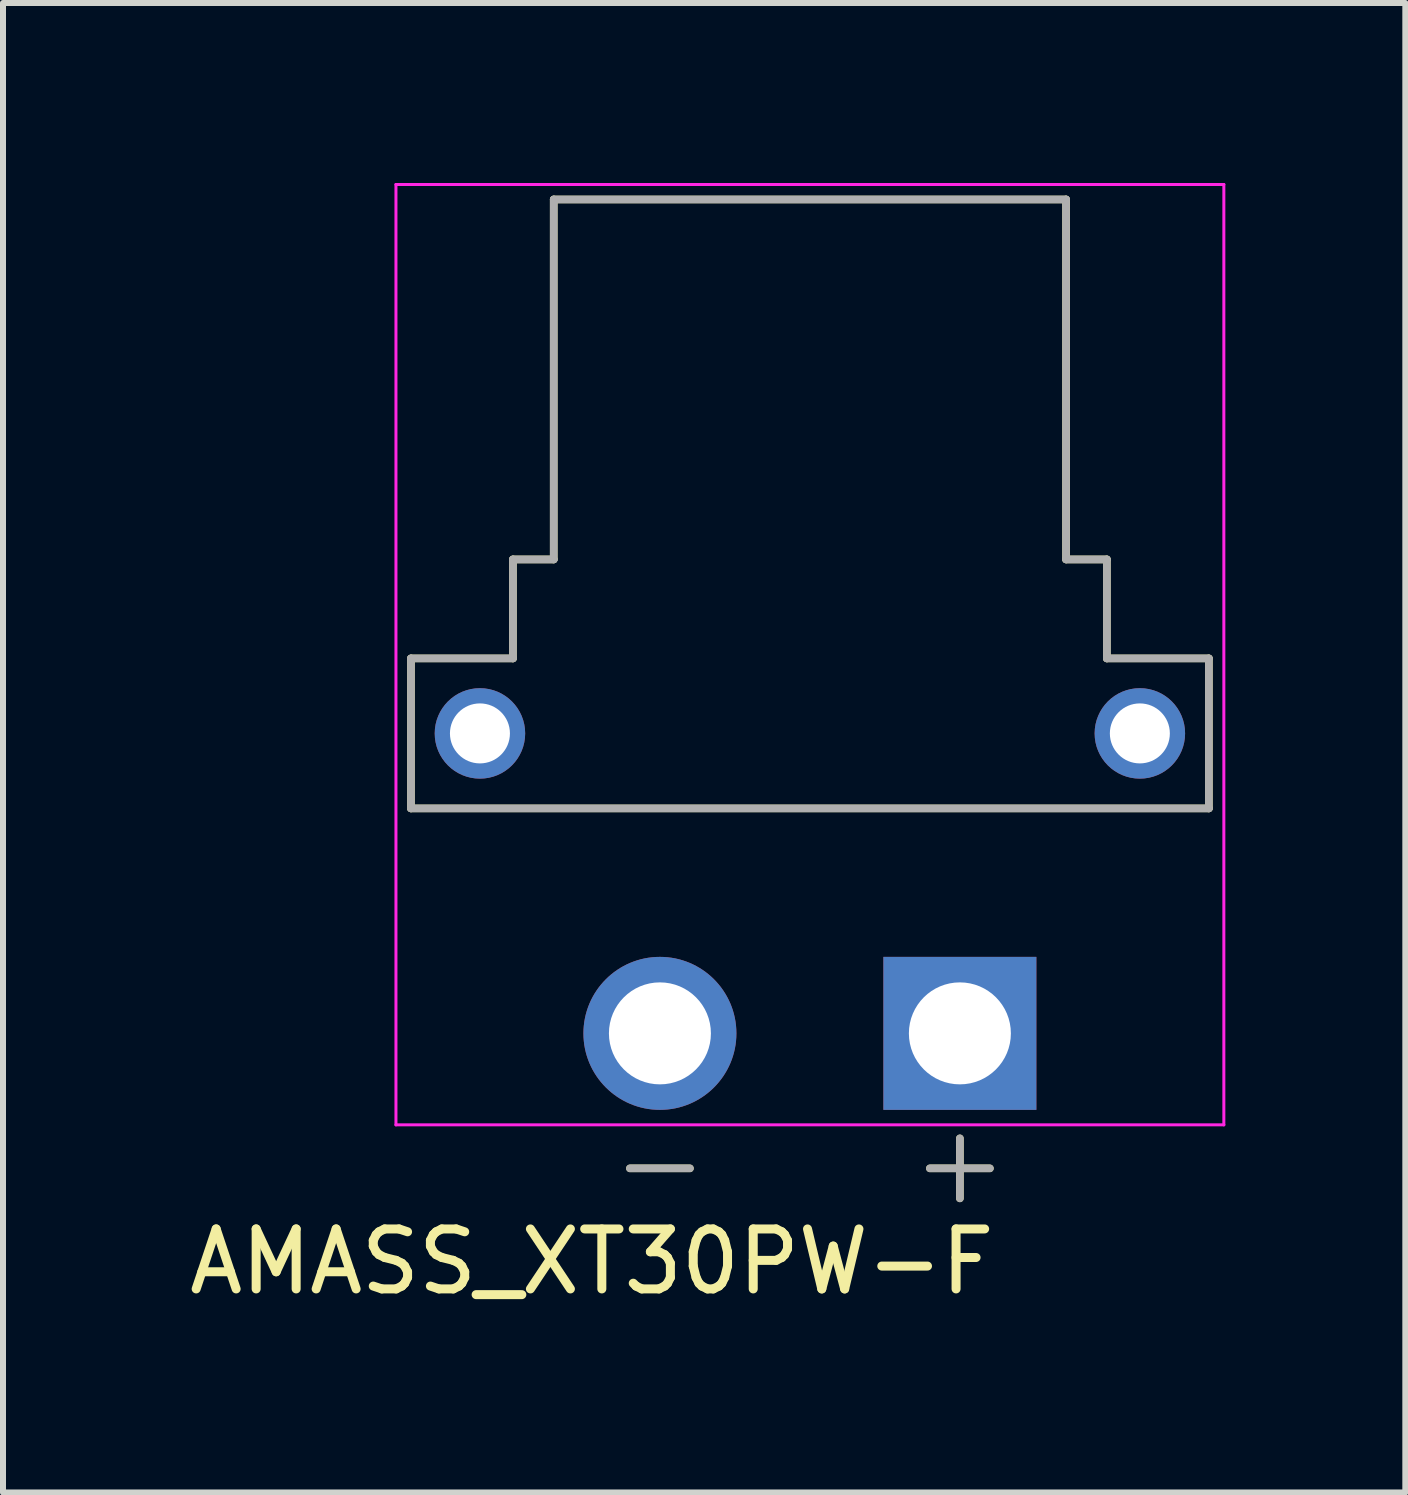
<source format=kicad_pcb>
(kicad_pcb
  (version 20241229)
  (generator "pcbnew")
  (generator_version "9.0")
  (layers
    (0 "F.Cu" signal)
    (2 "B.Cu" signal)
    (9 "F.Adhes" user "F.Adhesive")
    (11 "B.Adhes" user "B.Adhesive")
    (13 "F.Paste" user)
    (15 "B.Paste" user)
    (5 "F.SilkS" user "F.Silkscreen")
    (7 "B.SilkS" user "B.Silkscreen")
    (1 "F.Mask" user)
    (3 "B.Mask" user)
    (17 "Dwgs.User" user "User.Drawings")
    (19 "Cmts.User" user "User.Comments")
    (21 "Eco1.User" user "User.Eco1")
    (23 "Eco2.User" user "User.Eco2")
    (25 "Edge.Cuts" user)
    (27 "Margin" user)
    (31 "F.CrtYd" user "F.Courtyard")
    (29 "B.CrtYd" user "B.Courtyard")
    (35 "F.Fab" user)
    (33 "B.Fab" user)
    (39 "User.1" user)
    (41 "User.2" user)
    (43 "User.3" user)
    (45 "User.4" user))
  (footprint "AMASS_XT30PW-F"
    (layer "F.Cu")
    (at 10.45 9.175)
    (property "Reference" "AMASS_XT30PW-F" (at -3.635 8.805 0) (layer "F.SilkS") (effects (font (size 1 1) (thickness 0.15))))
    (attr through_hole)
    (fp_line (start -6.65 -1.25) (end -4.95 -1.25) (stroke (width 0.127) (type solid)) (layer "F.SilkS"))
    (fp_line (start -6.65 1.25) (end -6.65 -1.25) (stroke (width 0.127) (type solid)) (layer "F.SilkS"))
    (fp_line (start -4.95 -2.9) (end -4.27 -2.9) (stroke (width 0.127) (type solid)) (layer "F.SilkS"))
    (fp_line (start -4.95 -1.25) (end -4.95 -2.9) (stroke (width 0.127) (type solid)) (layer "F.SilkS"))
    (fp_line (start -4.27 -8.9) (end 4.27 -8.9) (stroke (width 0.127) (type solid)) (layer "F.SilkS"))
    (fp_line (start -4.27 -2.9) (end -4.27 -8.9) (stroke (width 0.127) (type solid)) (layer "F.SilkS"))
    (fp_line (start -3 7.25) (end -2 7.25) (stroke (width 0.127) (type solid)) (layer "F.SilkS"))
    (fp_line (start 2 7.25) (end 3 7.25) (stroke (width 0.127) (type solid)) (layer "F.SilkS"))
    (fp_line (start 2.5 6.75) (end 2.5 7.75) (stroke (width 0.127) (type solid)) (layer "F.SilkS"))
    (fp_line (start 4.27 -2.9) (end 4.27 -8.9) (stroke (width 0.127) (type solid)) (layer "F.SilkS"))
    (fp_line (start 4.95 -2.9) (end 4.27 -2.9) (stroke (width 0.127) (type solid)) (layer "F.SilkS"))
    (fp_line (start 4.95 -1.25) (end 4.95 -2.9) (stroke (width 0.127) (type solid)) (layer "F.SilkS"))
    (fp_line (start 6.65 -1.25) (end 4.95 -1.25) (stroke (width 0.127) (type solid)) (layer "F.SilkS"))
    (fp_line (start 6.65 1.25) (end -6.65 1.25) (stroke (width 0.127) (type solid)) (layer "F.SilkS"))
    (fp_line (start 6.65 1.25) (end 6.65 -1.25) (stroke (width 0.127) (type solid)) (layer "F.SilkS"))
    (fp_line (start -6.9 -9.15) (end 6.9 -9.15) (stroke (width 0.05) (type solid)) (layer "F.CrtYd"))
    (fp_line (start -6.9 6.525) (end -6.9 -9.15) (stroke (width 0.05) (type solid)) (layer "F.CrtYd"))
    (fp_line (start 6.9 -9.15) (end 6.9 6.525) (stroke (width 0.05) (type solid)) (layer "F.CrtYd"))
    (fp_line (start 6.9 6.525) (end -6.9 6.525) (stroke (width 0.05) (type solid)) (layer "F.CrtYd"))
    (fp_line (start -6.65 -1.25) (end -4.95 -1.25) (stroke (width 0.127) (type solid)) (layer "F.Fab"))
    (fp_line (start -6.65 1.25) (end -6.65 -1.25) (stroke (width 0.127) (type solid)) (layer "F.Fab"))
    (fp_line (start -4.95 -2.9) (end -4.27 -2.9) (stroke (width 0.127) (type solid)) (layer "F.Fab"))
    (fp_line (start -4.95 -1.25) (end -4.95 -2.9) (stroke (width 0.127) (type solid)) (layer "F.Fab"))
    (fp_line (start -4.27 -8.9) (end 4.27 -8.9) (stroke (width 0.127) (type solid)) (layer "F.Fab"))
    (fp_line (start -4.27 -2.9) (end -4.27 -8.9) (stroke (width 0.127) (type solid)) (layer "F.Fab"))
    (fp_line (start -3 7.25) (end -2 7.25) (stroke (width 0.127) (type solid)) (layer "F.Fab"))
    (fp_line (start 2 7.25) (end 3 7.25) (stroke (width 0.127) (type solid)) (layer "F.Fab"))
    (fp_line (start 2.5 6.75) (end 2.5 7.75) (stroke (width 0.127) (type solid)) (layer "F.Fab"))
    (fp_line (start 4.27 -2.9) (end 4.27 -8.9) (stroke (width 0.127) (type solid)) (layer "F.Fab"))
    (fp_line (start 4.95 -2.9) (end 4.27 -2.9) (stroke (width 0.127) (type solid)) (layer "F.Fab"))
    (fp_line (start 4.95 -1.25) (end 4.95 -2.9) (stroke (width 0.127) (type solid)) (layer "F.Fab"))
    (fp_line (start 6.65 -1.25) (end 4.95 -1.25) (stroke (width 0.127) (type solid)) (layer "F.Fab"))
    (fp_line (start 6.65 1.25) (end -6.65 1.25) (stroke (width 0.127) (type solid)) (layer "F.Fab"))
    (fp_line (start 6.65 1.25) (end 6.65 -1.25) (stroke (width 0.127) (type solid)) (layer "F.Fab"))
    (pad "" thru_hole circle (at -5.5 0) (size 1.508 1.508) (drill 1) (layers "*.Cu" "*.Mask"))
    (pad "" thru_hole circle (at 5.5 0) (size 1.508 1.508) (drill 1) (layers "*.Cu" "*.Mask"))
    (pad "N" thru_hole circle (at -2.5 5) (size 2.55 2.55) (drill 1.7) (layers "*.Cu" "*.Mask"))
    (pad "P" thru_hole rect (at 2.5 5) (size 2.55 2.55) (drill 1.7) (layers "*.Cu" "*.Mask")))
  (gr_rect
    (start -3 -3)
    (end 20.375 21.828)
    (stroke (width 0.1) (type default))
    (fill no)
    (layer "Edge.Cuts")))
</source>
